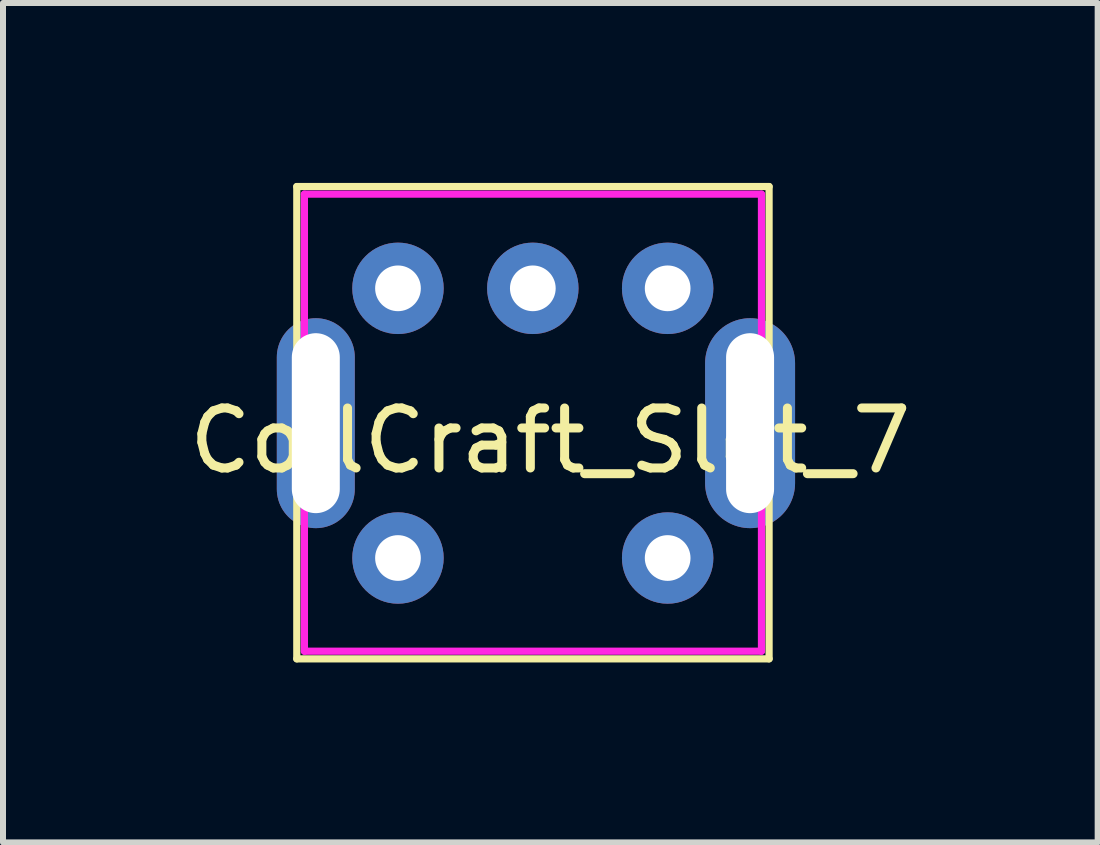
<source format=kicad_pcb>
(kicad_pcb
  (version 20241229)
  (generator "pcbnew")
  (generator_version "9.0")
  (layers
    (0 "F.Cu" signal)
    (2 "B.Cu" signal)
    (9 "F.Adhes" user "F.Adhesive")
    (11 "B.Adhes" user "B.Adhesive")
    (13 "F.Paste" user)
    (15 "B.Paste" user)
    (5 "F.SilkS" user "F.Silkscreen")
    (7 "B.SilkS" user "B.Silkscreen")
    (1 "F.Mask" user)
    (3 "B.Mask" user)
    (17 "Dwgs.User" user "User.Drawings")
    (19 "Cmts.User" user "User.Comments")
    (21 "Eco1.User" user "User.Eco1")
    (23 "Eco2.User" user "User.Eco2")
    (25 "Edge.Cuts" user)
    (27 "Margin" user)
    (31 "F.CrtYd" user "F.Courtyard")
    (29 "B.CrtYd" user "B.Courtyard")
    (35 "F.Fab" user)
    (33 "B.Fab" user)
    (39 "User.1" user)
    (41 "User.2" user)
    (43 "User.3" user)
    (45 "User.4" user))
  (footprint "CoilCraft_Slot_7"
    (layer "F.Cu")
    (at 5.835 3.997)
    (property "Reference" "CoilCraft_Slot_7" (at 0.29 0.3 0) (layer "F.SilkS") (effects (font (size 1 1) (thickness 0.15))))
    (attr through_hole)
    (fp_line (start -3.937 -3.937) (end 3.937 -3.937) (stroke (width 0.12) (type solid)) (layer "F.SilkS"))
    (fp_line (start -3.937 3.937) (end -3.937 -3.937) (stroke (width 0.12) (type solid)) (layer "F.SilkS"))
    (fp_line (start 3.937 -3.937) (end 3.937 3.937) (stroke (width 0.12) (type solid)) (layer "F.SilkS"))
    (fp_line (start 3.937 3.937) (end -3.937 3.937) (stroke (width 0.12) (type solid)) (layer "F.SilkS"))
    (fp_line (start -3.81 -3.81) (end 3.81 -3.81) (stroke (width 0.12) (type solid)) (layer "F.CrtYd"))
    (fp_line (start -3.81 3.81) (end -3.81 -3.81) (stroke (width 0.12) (type solid)) (layer "F.CrtYd"))
    (fp_line (start 3.81 -3.81) (end 3.81 3.81) (stroke (width 0.12) (type solid)) (layer "F.CrtYd"))
    (fp_line (start 3.81 3.81) (end -3.81 3.81) (stroke (width 0.12) (type solid)) (layer "F.CrtYd"))
    (pad "1" thru_hole circle (at -2.25 -2.24) (size 1.524 1.524) (drill 0.762) (layers "*.Cu" "*.Mask"))
    (pad "2" thru_hole circle (at -0.002 -2.24) (size 1.524 1.524) (drill 0.762) (layers "*.Cu" "*.Mask"))
    (pad "3" thru_hole circle (at 2.246 -2.24) (size 1.524 1.524) (drill 0.762) (layers "*.Cu" "*.Mask"))
    (pad "4" thru_hole circle (at -2.25 2.256) (size 1.524 1.524) (drill 0.762) (layers "*.Cu" "*.Mask"))
    (pad "5" thru_hole circle (at 2.246 2.256) (size 1.524 1.524) (drill 0.762) (layers "*.Cu" "*.Mask"))
    (pad "6" thru_hole oval (at -3.62 0.008) (size 1.3 3.5) (drill oval 0.8 3) (layers "*.Cu" "*.Mask"))
    (pad "7" thru_hole oval (at 3.62 0.008) (size 1.5 3.5) (drill oval 0.8 3) (layers "*.Cu" "*.Mask")))
  (gr_rect
    (start -3 -3)
    (end 15.25 10.994)
    (stroke (width 0.1) (type default))
    (fill no)
    (layer "Edge.Cuts")))
</source>
